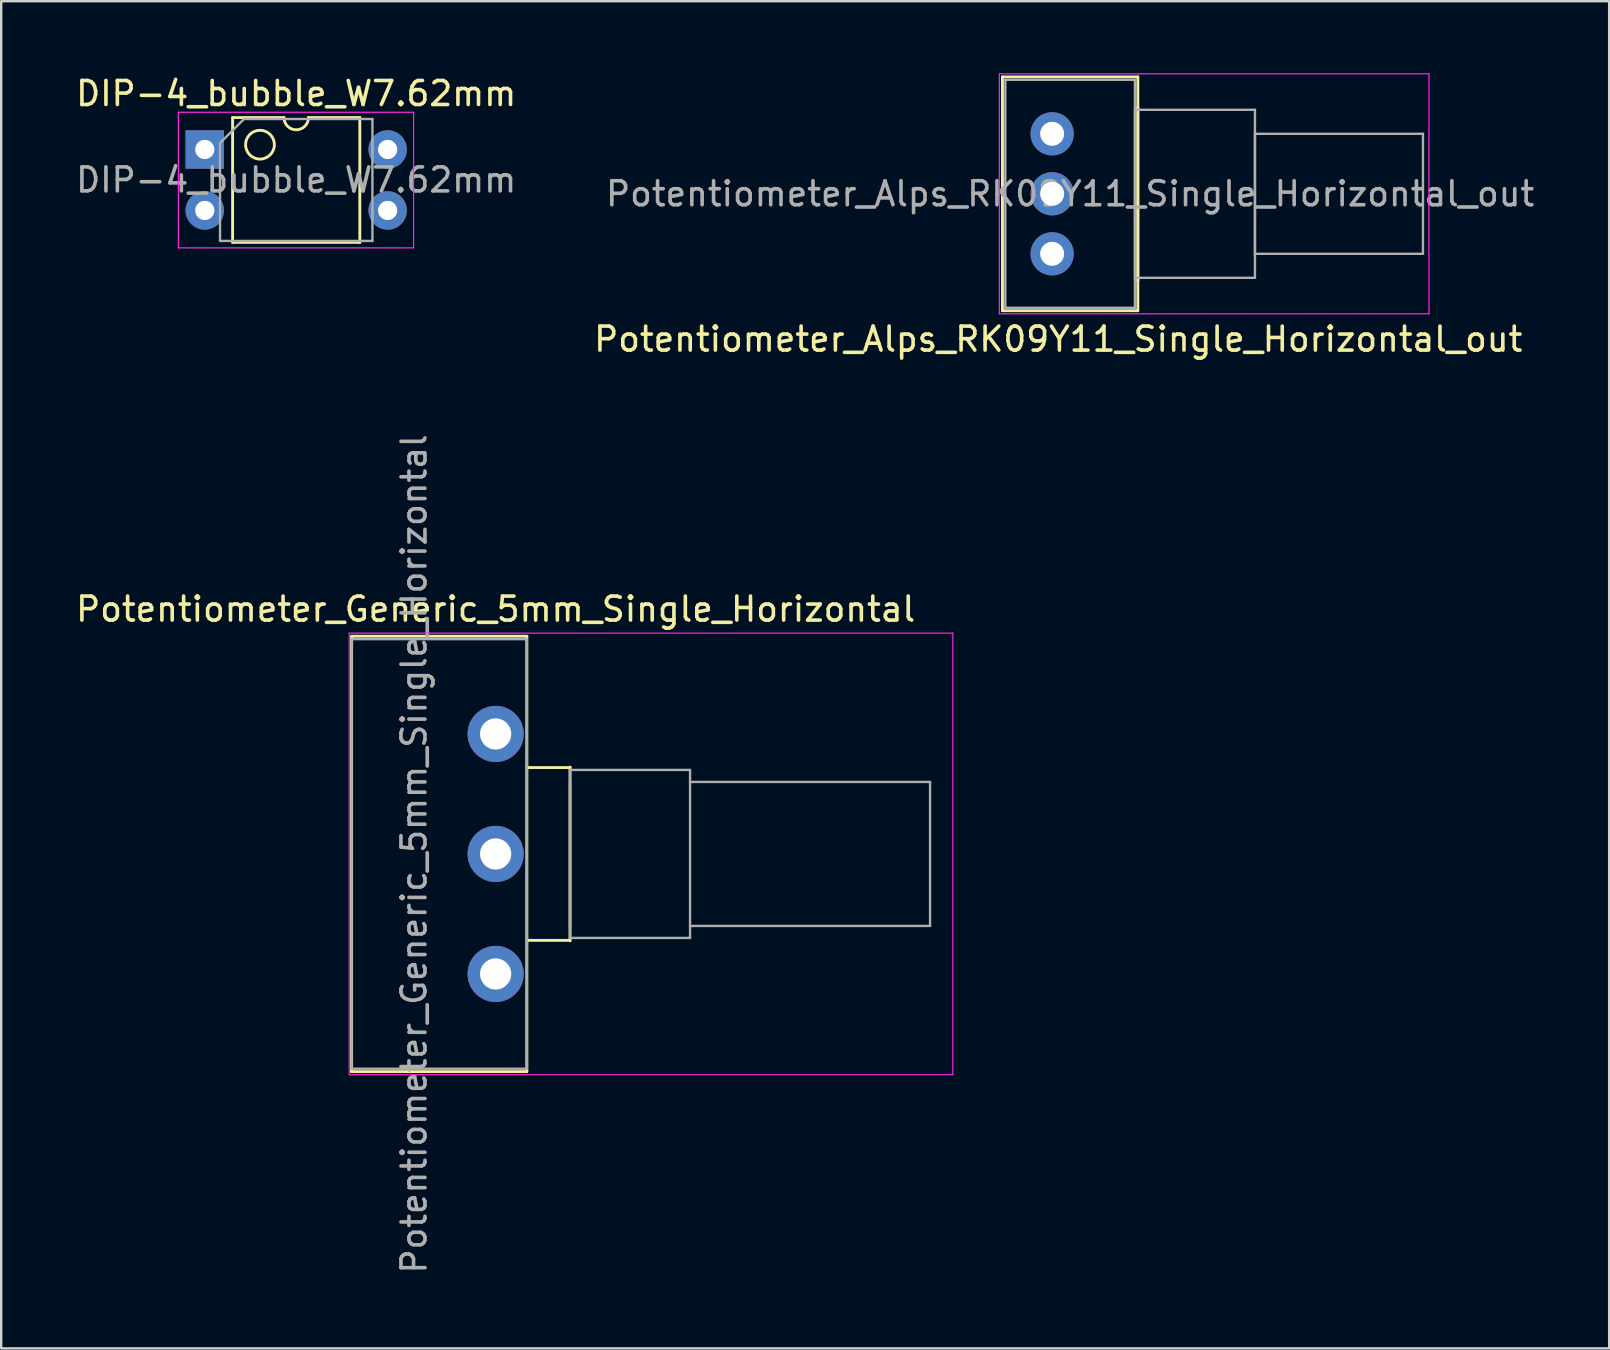
<source format=kicad_pcb>
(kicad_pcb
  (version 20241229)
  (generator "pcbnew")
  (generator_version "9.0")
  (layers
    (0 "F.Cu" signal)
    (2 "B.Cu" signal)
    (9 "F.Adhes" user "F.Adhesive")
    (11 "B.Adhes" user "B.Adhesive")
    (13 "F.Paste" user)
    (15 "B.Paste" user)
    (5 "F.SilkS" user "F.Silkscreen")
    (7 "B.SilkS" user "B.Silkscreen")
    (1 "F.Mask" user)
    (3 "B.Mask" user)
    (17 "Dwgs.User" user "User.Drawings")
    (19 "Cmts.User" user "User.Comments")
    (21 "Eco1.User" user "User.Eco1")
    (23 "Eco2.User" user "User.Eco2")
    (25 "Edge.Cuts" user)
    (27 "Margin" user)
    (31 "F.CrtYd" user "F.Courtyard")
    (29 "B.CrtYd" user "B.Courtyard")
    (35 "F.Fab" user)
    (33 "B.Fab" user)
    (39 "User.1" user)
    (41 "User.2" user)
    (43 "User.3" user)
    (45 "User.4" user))
  (footprint "DIP-4_bubble_W7.62mm"
    (layer "F.Cu")
    (at 5.482 3.178)
    (property "Reference" "DIP-4_bubble_W7.62mm" (at 3.81 -2.33 0) (layer "F.SilkS") (effects (font (size 1 1) (thickness 0.15))))
    (attr through_hole)
    (fp_line (start 1.16 -1.33) (end 1.16 3.87) (stroke (width 0.12) (type solid)) (layer "F.SilkS"))
    (fp_line (start 1.16 3.87) (end 6.46 3.87) (stroke (width 0.12) (type solid)) (layer "F.SilkS"))
    (fp_line (start 3.3 -1.33) (end 1.16 -1.33) (stroke (width 0.12) (type solid)) (layer "F.SilkS"))
    (fp_line (start 6.46 -1.33) (end 4.32 -1.33) (stroke (width 0.12) (type solid)) (layer "F.SilkS"))
    (fp_line (start 6.46 3.87) (end 6.46 -1.33) (stroke (width 0.12) (type solid)) (layer "F.SilkS"))
    (fp_arc (start 4.32 -1.33) (mid 3.81 -0.82) (end 3.3 -1.33) (stroke (width 0.12) (type solid)) (layer "F.SilkS"))
    (fp_circle (center 2.3 -0.2) (end 2.9 -0.2) (stroke (width 0.12) (type solid)) (fill no) (layer "F.SilkS"))
    (fp_line (start -1.1 -1.55) (end -1.1 4.1) (stroke (width 0.05) (type solid)) (layer "F.CrtYd"))
    (fp_line (start -1.1 4.1) (end 8.7 4.1) (stroke (width 0.05) (type solid)) (layer "F.CrtYd"))
    (fp_line (start 8.7 -1.55) (end -1.1 -1.55) (stroke (width 0.05) (type solid)) (layer "F.CrtYd"))
    (fp_line (start 8.7 4.1) (end 8.7 -1.55) (stroke (width 0.05) (type solid)) (layer "F.CrtYd"))
    (fp_line (start 0.635 -0.27) (end 1.635 -1.27) (stroke (width 0.1) (type solid)) (layer "F.Fab"))
    (fp_line (start 0.635 3.81) (end 0.635 -0.27) (stroke (width 0.1) (type solid)) (layer "F.Fab"))
    (fp_line (start 1.635 -1.27) (end 6.985 -1.27) (stroke (width 0.1) (type solid)) (layer "F.Fab"))
    (fp_line (start 6.985 -1.27) (end 6.985 3.81) (stroke (width 0.1) (type solid)) (layer "F.Fab"))
    (fp_line (start 6.985 3.81) (end 0.635 3.81) (stroke (width 0.1) (type solid)) (layer "F.Fab"))
    (fp_text user "${REFERENCE}" (at 3.81 1.27 0) (layer "F.Fab") (effects (font (size 1 1) (thickness 0.15))))
    (pad "1" thru_hole rect (at 0 0) (size 1.6 1.6) (drill 0.8) (layers "*.Cu" "*.Mask"))
    (pad "2" thru_hole oval (at 0 2.54) (size 1.6 1.6) (drill 0.8) (layers "*.Cu" "*.Mask"))
    (pad "3" thru_hole oval (at 7.62 2.54) (size 1.6 1.6) (drill 0.8) (layers "*.Cu" "*.Mask"))
    (pad "4" thru_hole oval (at 7.62 0) (size 1.6 1.6) (drill 0.8) (layers "*.Cu" "*.Mask")))
  (footprint "Potentiometer_Alps_RK09Y11_Single_Horizontal_out"
    (layer "F.Cu")
    (at 40.788 7.525)
    (property "Reference" "Potentiometer_Alps_RK09Y11_Single_Horizontal_out" (at 0.254 3.556 0) (layer "F.SilkS") (effects (font (size 1 1) (thickness 0.15))))
    (attr through_hole)
    (fp_line (start -2.071 -7.37) (end -2.071 2.37) (stroke (width 0.12) (type solid)) (layer "F.SilkS"))
    (fp_line (start -2.071 -7.37) (end 3.57 -7.37) (stroke (width 0.12) (type solid)) (layer "F.SilkS"))
    (fp_line (start -2.071 2.37) (end 3.57 2.37) (stroke (width 0.12) (type solid)) (layer "F.SilkS"))
    (fp_line (start 3.57 -7.37) (end 3.57 2.37) (stroke (width 0.12) (type solid)) (layer "F.SilkS"))
    (fp_line (start 3.57 -6.12) (end 3.57 1.12) (stroke (width 0.12) (type solid)) (layer "F.SilkS"))
    (fp_line (start -2.2 -7.5) (end -2.2 2.5) (stroke (width 0.05) (type solid)) (layer "F.CrtYd"))
    (fp_line (start -2.2 2.5) (end 15.7 2.5) (stroke (width 0.05) (type solid)) (layer "F.CrtYd"))
    (fp_line (start 15.7 -7.5) (end -2.2 -7.5) (stroke (width 0.05) (type solid)) (layer "F.CrtYd"))
    (fp_line (start 15.7 2.5) (end 15.7 -7.5) (stroke (width 0.05) (type solid)) (layer "F.CrtYd"))
    (fp_line (start -1.95 -7.25) (end -1.95 2.25) (stroke (width 0.1) (type solid)) (layer "F.Fab"))
    (fp_line (start -1.95 2.25) (end 3.45 2.25) (stroke (width 0.1) (type solid)) (layer "F.Fab"))
    (fp_line (start 3.45 -7.25) (end -1.95 -7.25) (stroke (width 0.1) (type solid)) (layer "F.Fab"))
    (fp_line (start 3.45 -6) (end 3.45 1) (stroke (width 0.1) (type solid)) (layer "F.Fab"))
    (fp_line (start 3.45 1) (end 8.45 1) (stroke (width 0.1) (type solid)) (layer "F.Fab"))
    (fp_line (start 3.45 2.25) (end 3.45 -7.25) (stroke (width 0.1) (type solid)) (layer "F.Fab"))
    (fp_line (start 8.45 -6) (end 3.45 -6) (stroke (width 0.1) (type solid)) (layer "F.Fab"))
    (fp_line (start 8.45 -5) (end 8.45 0) (stroke (width 0.1) (type solid)) (layer "F.Fab"))
    (fp_line (start 8.45 0) (end 15.45 0) (stroke (width 0.1) (type solid)) (layer "F.Fab"))
    (fp_line (start 8.45 1) (end 8.45 -6) (stroke (width 0.1) (type solid)) (layer "F.Fab"))
    (fp_line (start 15.45 -5) (end 8.45 -5) (stroke (width 0.1) (type solid)) (layer "F.Fab"))
    (fp_line (start 15.45 0) (end 15.45 -5) (stroke (width 0.1) (type solid)) (layer "F.Fab"))
    (fp_text user "${REFERENCE}" (at 0.75 -2.5 0) (layer "F.Fab") (effects (font (size 1 1) (thickness 0.15))))
    (pad "1" thru_hole circle (at 0 0) (size 1.8 1.8) (drill 1) (layers "*.Cu" "*.Mask"))
    (pad "2" thru_hole circle (at 0 -2.5) (size 1.8 1.8) (drill 1) (layers "*.Cu" "*.Mask"))
    (pad "3" thru_hole circle (at 0 -5) (size 1.8 1.8) (drill 1) (layers "*.Cu" "*.Mask")))
  (footprint "Potentiometer_Generic_5mm_Single_Horizontal"
    (layer "F.Cu")
    (at 17.601 37.53)
    (property "Reference" "Potentiometer_Generic_5mm_Single_Horizontal" (at 0 -15.2 0) (layer "F.SilkS") (effects (font (size 1 1) (thickness 0.15))))
    (attr through_hole)
    (fp_line (start -6 -14.07) (end -6 4.07) (stroke (width 0.12) (type solid)) (layer "F.SilkS"))
    (fp_line (start -6 -14.07) (end 1.3 -14.07) (stroke (width 0.12) (type solid)) (layer "F.SilkS"))
    (fp_line (start -6 4.07) (end 1.3 4.07) (stroke (width 0.12) (type solid)) (layer "F.SilkS"))
    (fp_line (start 1.3 -14.07) (end 1.3 4.07) (stroke (width 0.12) (type solid)) (layer "F.SilkS"))
    (fp_line (start 3.1 -8.62) (end 3.1 -1.38) (stroke (width 0.12) (type solid)) (layer "F.SilkS"))
    (fp_line (start 3.1 -8.6) (end 1.3 -8.6) (stroke (width 0.12) (type solid)) (layer "F.SilkS"))
    (fp_line (start 3.1 -1.4) (end 1.3 -1.4) (stroke (width 0.12) (type solid)) (layer "F.SilkS"))
    (fp_line (start -6.1 -14.2) (end -6.1 4.2) (stroke (width 0.05) (type solid)) (layer "F.CrtYd"))
    (fp_line (start -6.1 4.2) (end 19.05 4.2) (stroke (width 0.05) (type solid)) (layer "F.CrtYd"))
    (fp_line (start 19.05 -14.2) (end -6.1 -14.2) (stroke (width 0.05) (type solid)) (layer "F.CrtYd"))
    (fp_line (start 19.05 4.2) (end 19.05 -14.2) (stroke (width 0.05) (type solid)) (layer "F.CrtYd"))
    (fp_line (start -6 -13.95) (end -6 3.95) (stroke (width 0.1) (type solid)) (layer "F.Fab"))
    (fp_line (start -6 3.95) (end 1.3 3.95) (stroke (width 0.1) (type solid)) (layer "F.Fab"))
    (fp_line (start 1.3 -13.95) (end -6 -13.95) (stroke (width 0.1) (type solid)) (layer "F.Fab"))
    (fp_line (start 1.3 3.95) (end 1.3 -13.95) (stroke (width 0.1) (type solid)) (layer "F.Fab"))
    (fp_line (start 3.1 -8.5) (end 3.1 -1.5) (stroke (width 0.1) (type solid)) (layer "F.Fab"))
    (fp_line (start 3.1 -8) (end 3.1 -2) (stroke (width 0.1) (type solid)) (layer "F.Fab"))
    (fp_line (start 3.1 -1.5) (end 8.1 -1.5) (stroke (width 0.1) (type solid)) (layer "F.Fab"))
    (fp_line (start 8.1 -8.5) (end 3.1 -8.5) (stroke (width 0.1) (type solid)) (layer "F.Fab"))
    (fp_line (start 8.1 -2) (end 18.1 -2) (stroke (width 0.1) (type solid)) (layer "F.Fab"))
    (fp_line (start 8.1 -1.5) (end 8.1 -8.5) (stroke (width 0.1) (type solid)) (layer "F.Fab"))
    (fp_line (start 18.1 -8) (end 8.1 -8) (stroke (width 0.1) (type solid)) (layer "F.Fab"))
    (fp_line (start 18.1 -2) (end 18.1 -8) (stroke (width 0.1) (type solid)) (layer "F.Fab"))
    (fp_text user "${REFERENCE}" (at -3.4 -5 90) (layer "F.Fab") (effects (font (size 1 1) (thickness 0.15))))
    (pad "1" thru_hole circle (at 0 0) (size 2.34 2.34) (drill 1.3) (layers "*.Cu" "*.Mask"))
    (pad "2" thru_hole circle (at 0 -5) (size 2.34 2.34) (drill 1.3) (layers "*.Cu" "*.Mask"))
    (pad "3" thru_hole circle (at 0 -10) (size 2.34 2.34) (drill 1.3) (layers "*.Cu" "*.Mask")))
  (gr_rect
    (start -3 -3)
    (end 63.996 53.132)
    (stroke (width 0.1) (type default))
    (fill no)
    (layer "Edge.Cuts")))
</source>
